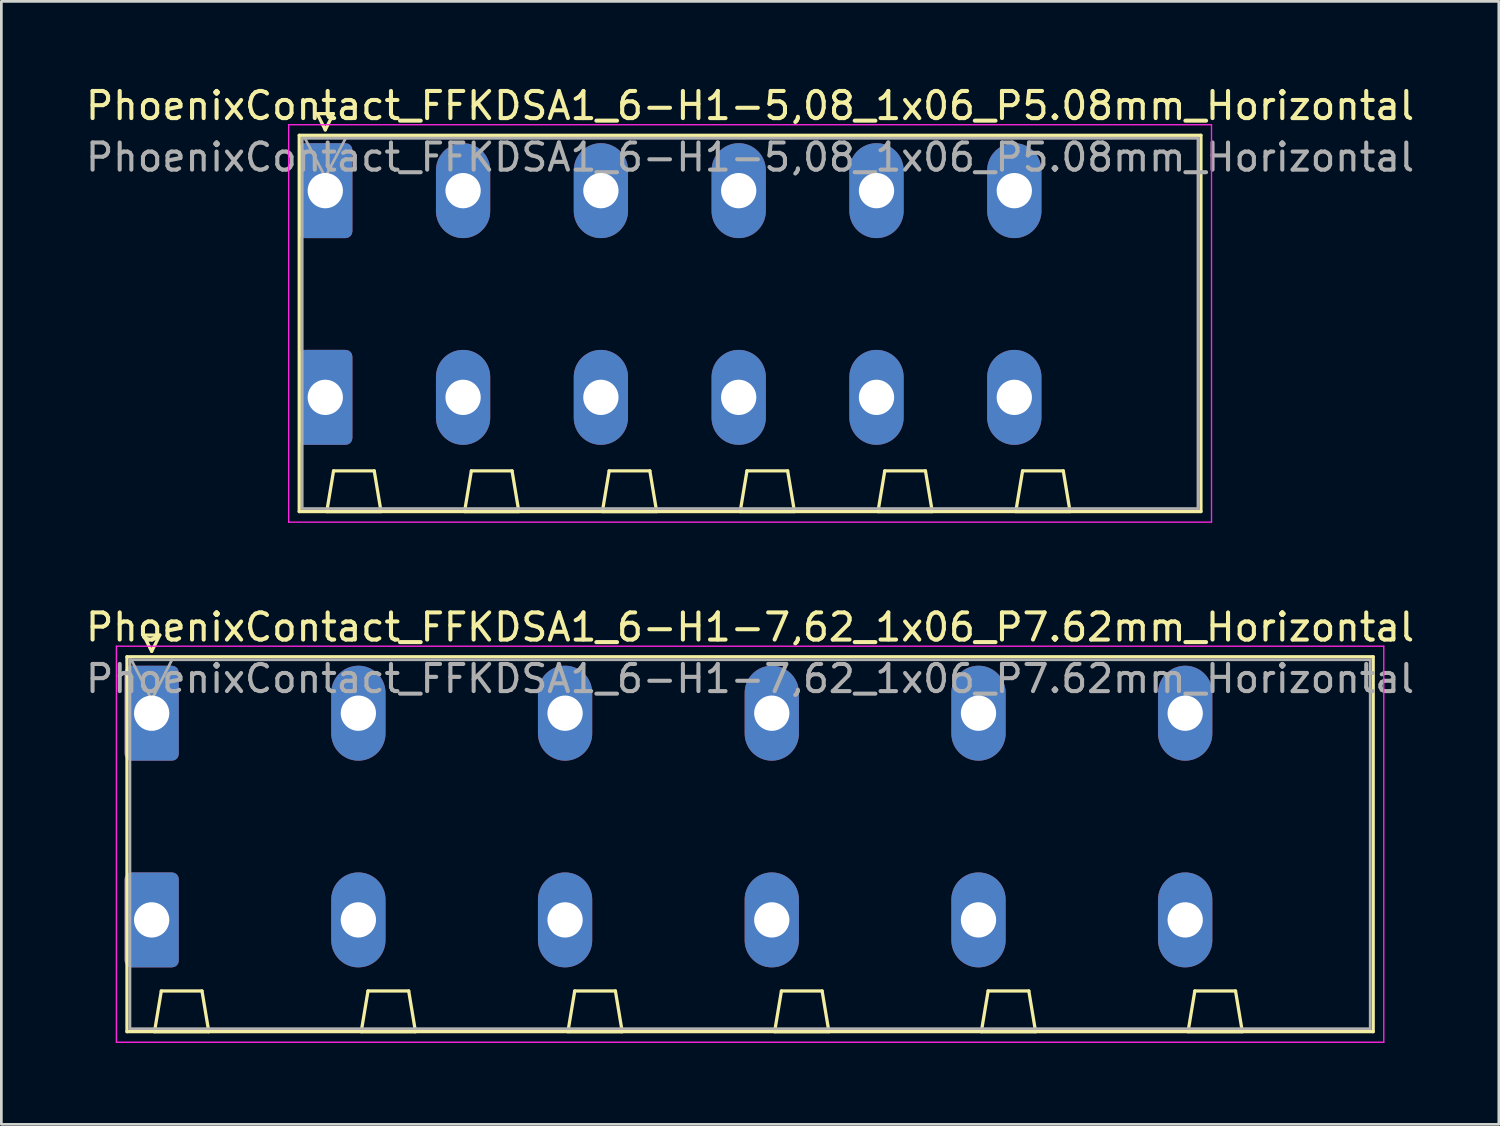
<source format=kicad_pcb>
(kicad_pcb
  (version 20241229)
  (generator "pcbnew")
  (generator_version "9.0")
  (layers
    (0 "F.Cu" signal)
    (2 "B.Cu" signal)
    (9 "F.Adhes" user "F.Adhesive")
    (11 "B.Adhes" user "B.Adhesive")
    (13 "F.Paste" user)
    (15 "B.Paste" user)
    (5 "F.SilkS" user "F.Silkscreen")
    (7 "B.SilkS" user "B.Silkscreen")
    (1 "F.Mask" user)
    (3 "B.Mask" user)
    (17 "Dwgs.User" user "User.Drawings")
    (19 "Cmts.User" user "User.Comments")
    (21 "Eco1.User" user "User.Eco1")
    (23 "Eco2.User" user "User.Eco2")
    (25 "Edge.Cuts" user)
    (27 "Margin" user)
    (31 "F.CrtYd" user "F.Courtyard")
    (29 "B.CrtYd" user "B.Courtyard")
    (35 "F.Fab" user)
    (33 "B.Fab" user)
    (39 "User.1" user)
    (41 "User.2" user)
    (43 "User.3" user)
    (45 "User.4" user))
  (footprint "PhoenixContact_FFKDSA1_6-H1-7,62_1x06_P7.62mm_Horizontal"
    (layer "F.Cu")
    (at 2.541 23.241)
    (property "Reference" "PhoenixContact_FFKDSA1_6-H1-7,62_1x06_P7.62mm_Horizontal" (at 22.06 -3.17 0) (layer "F.SilkS") (effects (font (size 1 1) (thickness 0.15))))
    (attr through_hole)
    (fp_line (start -0.91 -2.08) (end -0.91 11.74) (stroke (width 0.12) (type solid)) (layer "F.SilkS"))
    (fp_line (start -0.91 11.74) (end 45.03 11.74) (stroke (width 0.12) (type solid)) (layer "F.SilkS"))
    (fp_line (start -0.3 -2.88) (end 0.3 -2.88) (stroke (width 0.12) (type solid)) (layer "F.SilkS"))
    (fp_line (start 0 -2.28) (end -0.3 -2.88) (stroke (width 0.12) (type solid)) (layer "F.SilkS"))
    (fp_line (start 0.105 11.74) (end 2.105 11.74) (stroke (width 0.12) (type solid)) (layer "F.SilkS"))
    (fp_line (start 0.3 -2.88) (end 0 -2.28) (stroke (width 0.12) (type solid)) (layer "F.SilkS"))
    (fp_line (start 0.355 10.24) (end 0.105 11.74) (stroke (width 0.12) (type solid)) (layer "F.SilkS"))
    (fp_line (start 1.855 10.24) (end 0.355 10.24) (stroke (width 0.12) (type solid)) (layer "F.SilkS"))
    (fp_line (start 2.105 11.74) (end 1.855 10.24) (stroke (width 0.12) (type solid)) (layer "F.SilkS"))
    (fp_line (start 7.725 11.74) (end 9.725 11.74) (stroke (width 0.12) (type solid)) (layer "F.SilkS"))
    (fp_line (start 7.975 10.24) (end 7.725 11.74) (stroke (width 0.12) (type solid)) (layer "F.SilkS"))
    (fp_line (start 9.475 10.24) (end 7.975 10.24) (stroke (width 0.12) (type solid)) (layer "F.SilkS"))
    (fp_line (start 9.725 11.74) (end 9.475 10.24) (stroke (width 0.12) (type solid)) (layer "F.SilkS"))
    (fp_line (start 15.345 11.74) (end 17.345 11.74) (stroke (width 0.12) (type solid)) (layer "F.SilkS"))
    (fp_line (start 15.595 10.24) (end 15.345 11.74) (stroke (width 0.12) (type solid)) (layer "F.SilkS"))
    (fp_line (start 17.095 10.24) (end 15.595 10.24) (stroke (width 0.12) (type solid)) (layer "F.SilkS"))
    (fp_line (start 17.345 11.74) (end 17.095 10.24) (stroke (width 0.12) (type solid)) (layer "F.SilkS"))
    (fp_line (start 22.965 11.74) (end 24.965 11.74) (stroke (width 0.12) (type solid)) (layer "F.SilkS"))
    (fp_line (start 23.215 10.24) (end 22.965 11.74) (stroke (width 0.12) (type solid)) (layer "F.SilkS"))
    (fp_line (start 24.715 10.24) (end 23.215 10.24) (stroke (width 0.12) (type solid)) (layer "F.SilkS"))
    (fp_line (start 24.965 11.74) (end 24.715 10.24) (stroke (width 0.12) (type solid)) (layer "F.SilkS"))
    (fp_line (start 30.585 11.74) (end 32.585 11.74) (stroke (width 0.12) (type solid)) (layer "F.SilkS"))
    (fp_line (start 30.835 10.24) (end 30.585 11.74) (stroke (width 0.12) (type solid)) (layer "F.SilkS"))
    (fp_line (start 32.335 10.24) (end 30.835 10.24) (stroke (width 0.12) (type solid)) (layer "F.SilkS"))
    (fp_line (start 32.585 11.74) (end 32.335 10.24) (stroke (width 0.12) (type solid)) (layer "F.SilkS"))
    (fp_line (start 38.205 11.74) (end 40.205 11.74) (stroke (width 0.12) (type solid)) (layer "F.SilkS"))
    (fp_line (start 38.455 10.24) (end 38.205 11.74) (stroke (width 0.12) (type solid)) (layer "F.SilkS"))
    (fp_line (start 39.955 10.24) (end 38.455 10.24) (stroke (width 0.12) (type solid)) (layer "F.SilkS"))
    (fp_line (start 40.205 11.74) (end 39.955 10.24) (stroke (width 0.12) (type solid)) (layer "F.SilkS"))
    (fp_line (start 45.03 -2.08) (end -0.91 -2.08) (stroke (width 0.12) (type solid)) (layer "F.SilkS"))
    (fp_line (start 45.03 11.74) (end 45.03 -2.08) (stroke (width 0.12) (type solid)) (layer "F.SilkS"))
    (fp_line (start -1.3 -2.47) (end -1.3 12.13) (stroke (width 0.05) (type solid)) (layer "F.CrtYd"))
    (fp_line (start -1.3 12.13) (end 45.42 12.13) (stroke (width 0.05) (type solid)) (layer "F.CrtYd"))
    (fp_line (start 45.42 -2.47) (end -1.3 -2.47) (stroke (width 0.05) (type solid)) (layer "F.CrtYd"))
    (fp_line (start 45.42 12.13) (end 45.42 -2.47) (stroke (width 0.05) (type solid)) (layer "F.CrtYd"))
    (fp_line (start -0.8 -1.97) (end -0.8 11.63) (stroke (width 0.1) (type solid)) (layer "F.Fab"))
    (fp_line (start -0.8 11.63) (end 44.92 11.63) (stroke (width 0.1) (type solid)) (layer "F.Fab"))
    (fp_line (start 0 -0.5) (end -0.75 -1.97) (stroke (width 0.1) (type solid)) (layer "F.Fab"))
    (fp_line (start 0.75 -1.97) (end 0 -0.5) (stroke (width 0.1) (type solid)) (layer "F.Fab"))
    (fp_line (start 44.92 -1.97) (end -0.8 -1.97) (stroke (width 0.1) (type solid)) (layer "F.Fab"))
    (fp_line (start 44.92 11.63) (end 44.92 -1.97) (stroke (width 0.1) (type solid)) (layer "F.Fab"))
    (fp_text user "${REFERENCE}" (at 22.06 -1.27 0) (layer "F.Fab") (effects (font (size 1 1) (thickness 0.15))))
    (pad "1" thru_hole roundrect (at 0 0) (size 2 3.5) (drill 1.3) (layers "*.Cu" "*.Mask") (roundrect_rratio 0.125))
    (pad "1" thru_hole roundrect (at 0 7.62) (size 2 3.5) (drill 1.3) (layers "*.Cu" "*.Mask") (roundrect_rratio 0.125))
    (pad "2" thru_hole oval (at 7.62 0) (size 2 3.5) (drill 1.3) (layers "*.Cu" "*.Mask"))
    (pad "2" thru_hole oval (at 7.62 7.62) (size 2 3.5) (drill 1.3) (layers "*.Cu" "*.Mask"))
    (pad "3" thru_hole oval (at 15.24 0) (size 2 3.5) (drill 1.3) (layers "*.Cu" "*.Mask"))
    (pad "3" thru_hole oval (at 15.24 7.62) (size 2 3.5) (drill 1.3) (layers "*.Cu" "*.Mask"))
    (pad "4" thru_hole oval (at 22.86 0) (size 2 3.5) (drill 1.3) (layers "*.Cu" "*.Mask"))
    (pad "4" thru_hole oval (at 22.86 7.62) (size 2 3.5) (drill 1.3) (layers "*.Cu" "*.Mask"))
    (pad "5" thru_hole oval (at 30.48 0) (size 2 3.5) (drill 1.3) (layers "*.Cu" "*.Mask"))
    (pad "5" thru_hole oval (at 30.48 7.62) (size 2 3.5) (drill 1.3) (layers "*.Cu" "*.Mask"))
    (pad "6" thru_hole oval (at 38.1 0) (size 2 3.5) (drill 1.3) (layers "*.Cu" "*.Mask"))
    (pad "6" thru_hole oval (at 38.1 7.62) (size 2 3.5) (drill 1.3) (layers "*.Cu" "*.Mask")))
  (footprint "PhoenixContact_FFKDSA1_6-H1-5,08_1x06_P5.08mm_Horizontal"
    (layer "F.Cu")
    (at 8.941 3.978)
    (property "Reference" "PhoenixContact_FFKDSA1_6-H1-5,08_1x06_P5.08mm_Horizontal" (at 15.66 -3.13 0) (layer "F.SilkS") (effects (font (size 1 1) (thickness 0.15))))
    (attr through_hole)
    (fp_line (start -0.96 -2.04) (end -0.96 11.83) (stroke (width 0.12) (type solid)) (layer "F.SilkS"))
    (fp_line (start -0.96 11.83) (end 32.28 11.83) (stroke (width 0.12) (type solid)) (layer "F.SilkS"))
    (fp_line (start -0.3 -2.84) (end 0.3 -2.84) (stroke (width 0.12) (type solid)) (layer "F.SilkS"))
    (fp_line (start 0 -2.24) (end -0.3 -2.84) (stroke (width 0.12) (type solid)) (layer "F.SilkS"))
    (fp_line (start 0.055 11.83) (end 2.055 11.83) (stroke (width 0.12) (type solid)) (layer "F.SilkS"))
    (fp_line (start 0.3 -2.84) (end 0 -2.24) (stroke (width 0.12) (type solid)) (layer "F.SilkS"))
    (fp_line (start 0.305 10.33) (end 0.055 11.83) (stroke (width 0.12) (type solid)) (layer "F.SilkS"))
    (fp_line (start 1.805 10.33) (end 0.305 10.33) (stroke (width 0.12) (type solid)) (layer "F.SilkS"))
    (fp_line (start 2.055 11.83) (end 1.805 10.33) (stroke (width 0.12) (type solid)) (layer "F.SilkS"))
    (fp_line (start 5.135 11.83) (end 7.135 11.83) (stroke (width 0.12) (type solid)) (layer "F.SilkS"))
    (fp_line (start 5.385 10.33) (end 5.135 11.83) (stroke (width 0.12) (type solid)) (layer "F.SilkS"))
    (fp_line (start 6.885 10.33) (end 5.385 10.33) (stroke (width 0.12) (type solid)) (layer "F.SilkS"))
    (fp_line (start 7.135 11.83) (end 6.885 10.33) (stroke (width 0.12) (type solid)) (layer "F.SilkS"))
    (fp_line (start 10.215 11.83) (end 12.215 11.83) (stroke (width 0.12) (type solid)) (layer "F.SilkS"))
    (fp_line (start 10.465 10.33) (end 10.215 11.83) (stroke (width 0.12) (type solid)) (layer "F.SilkS"))
    (fp_line (start 11.965 10.33) (end 10.465 10.33) (stroke (width 0.12) (type solid)) (layer "F.SilkS"))
    (fp_line (start 12.215 11.83) (end 11.965 10.33) (stroke (width 0.12) (type solid)) (layer "F.SilkS"))
    (fp_line (start 15.295 11.83) (end 17.295 11.83) (stroke (width 0.12) (type solid)) (layer "F.SilkS"))
    (fp_line (start 15.545 10.33) (end 15.295 11.83) (stroke (width 0.12) (type solid)) (layer "F.SilkS"))
    (fp_line (start 17.045 10.33) (end 15.545 10.33) (stroke (width 0.12) (type solid)) (layer "F.SilkS"))
    (fp_line (start 17.295 11.83) (end 17.045 10.33) (stroke (width 0.12) (type solid)) (layer "F.SilkS"))
    (fp_line (start 20.375 11.83) (end 22.375 11.83) (stroke (width 0.12) (type solid)) (layer "F.SilkS"))
    (fp_line (start 20.625 10.33) (end 20.375 11.83) (stroke (width 0.12) (type solid)) (layer "F.SilkS"))
    (fp_line (start 22.125 10.33) (end 20.625 10.33) (stroke (width 0.12) (type solid)) (layer "F.SilkS"))
    (fp_line (start 22.375 11.83) (end 22.125 10.33) (stroke (width 0.12) (type solid)) (layer "F.SilkS"))
    (fp_line (start 25.455 11.83) (end 27.455 11.83) (stroke (width 0.12) (type solid)) (layer "F.SilkS"))
    (fp_line (start 25.705 10.33) (end 25.455 11.83) (stroke (width 0.12) (type solid)) (layer "F.SilkS"))
    (fp_line (start 27.205 10.33) (end 25.705 10.33) (stroke (width 0.12) (type solid)) (layer "F.SilkS"))
    (fp_line (start 27.455 11.83) (end 27.205 10.33) (stroke (width 0.12) (type solid)) (layer "F.SilkS"))
    (fp_line (start 32.28 -2.04) (end -0.96 -2.04) (stroke (width 0.12) (type solid)) (layer "F.SilkS"))
    (fp_line (start 32.28 11.83) (end 32.28 -2.04) (stroke (width 0.12) (type solid)) (layer "F.SilkS"))
    (fp_line (start -1.35 -2.43) (end -1.35 12.22) (stroke (width 0.05) (type solid)) (layer "F.CrtYd"))
    (fp_line (start -1.35 12.22) (end 32.67 12.22) (stroke (width 0.05) (type solid)) (layer "F.CrtYd"))
    (fp_line (start 32.67 -2.43) (end -1.35 -2.43) (stroke (width 0.05) (type solid)) (layer "F.CrtYd"))
    (fp_line (start 32.67 12.22) (end 32.67 -2.43) (stroke (width 0.05) (type solid)) (layer "F.CrtYd"))
    (fp_line (start -0.85 -1.93) (end -0.85 11.72) (stroke (width 0.1) (type solid)) (layer "F.Fab"))
    (fp_line (start -0.85 11.72) (end 32.17 11.72) (stroke (width 0.1) (type solid)) (layer "F.Fab"))
    (fp_line (start 0 -0.5) (end -0.75 -1.93) (stroke (width 0.1) (type solid)) (layer "F.Fab"))
    (fp_line (start 0.75 -1.93) (end 0 -0.5) (stroke (width 0.1) (type solid)) (layer "F.Fab"))
    (fp_line (start 32.17 -1.93) (end -0.85 -1.93) (stroke (width 0.1) (type solid)) (layer "F.Fab"))
    (fp_line (start 32.17 11.72) (end 32.17 -1.93) (stroke (width 0.1) (type solid)) (layer "F.Fab"))
    (fp_text user "${REFERENCE}" (at 15.66 -1.23 0) (layer "F.Fab") (effects (font (size 1 1) (thickness 0.15))))
    (pad "1" thru_hole roundrect (at 0 0) (size 2 3.5) (drill 1.3) (layers "*.Cu" "*.Mask") (roundrect_rratio 0.125))
    (pad "1" thru_hole roundrect (at 0 7.62) (size 2 3.5) (drill 1.3) (layers "*.Cu" "*.Mask") (roundrect_rratio 0.125))
    (pad "2" thru_hole oval (at 5.08 0) (size 2 3.5) (drill 1.3) (layers "*.Cu" "*.Mask"))
    (pad "2" thru_hole oval (at 5.08 7.62) (size 2 3.5) (drill 1.3) (layers "*.Cu" "*.Mask"))
    (pad "3" thru_hole oval (at 10.16 0) (size 2 3.5) (drill 1.3) (layers "*.Cu" "*.Mask"))
    (pad "3" thru_hole oval (at 10.16 7.62) (size 2 3.5) (drill 1.3) (layers "*.Cu" "*.Mask"))
    (pad "4" thru_hole oval (at 15.24 0) (size 2 3.5) (drill 1.3) (layers "*.Cu" "*.Mask"))
    (pad "4" thru_hole oval (at 15.24 7.62) (size 2 3.5) (drill 1.3) (layers "*.Cu" "*.Mask"))
    (pad "5" thru_hole oval (at 20.32 0) (size 2 3.5) (drill 1.3) (layers "*.Cu" "*.Mask"))
    (pad "5" thru_hole oval (at 20.32 7.62) (size 2 3.5) (drill 1.3) (layers "*.Cu" "*.Mask"))
    (pad "6" thru_hole oval (at 25.4 0) (size 2 3.5) (drill 1.3) (layers "*.Cu" "*.Mask"))
    (pad "6" thru_hole oval (at 25.4 7.62) (size 2 3.5) (drill 1.3) (layers "*.Cu" "*.Mask")))
  (gr_rect
    (start -3 -3)
    (end 52.202 38.397)
    (stroke (width 0.1) (type default))
    (fill no)
    (layer "Edge.Cuts")))
</source>
